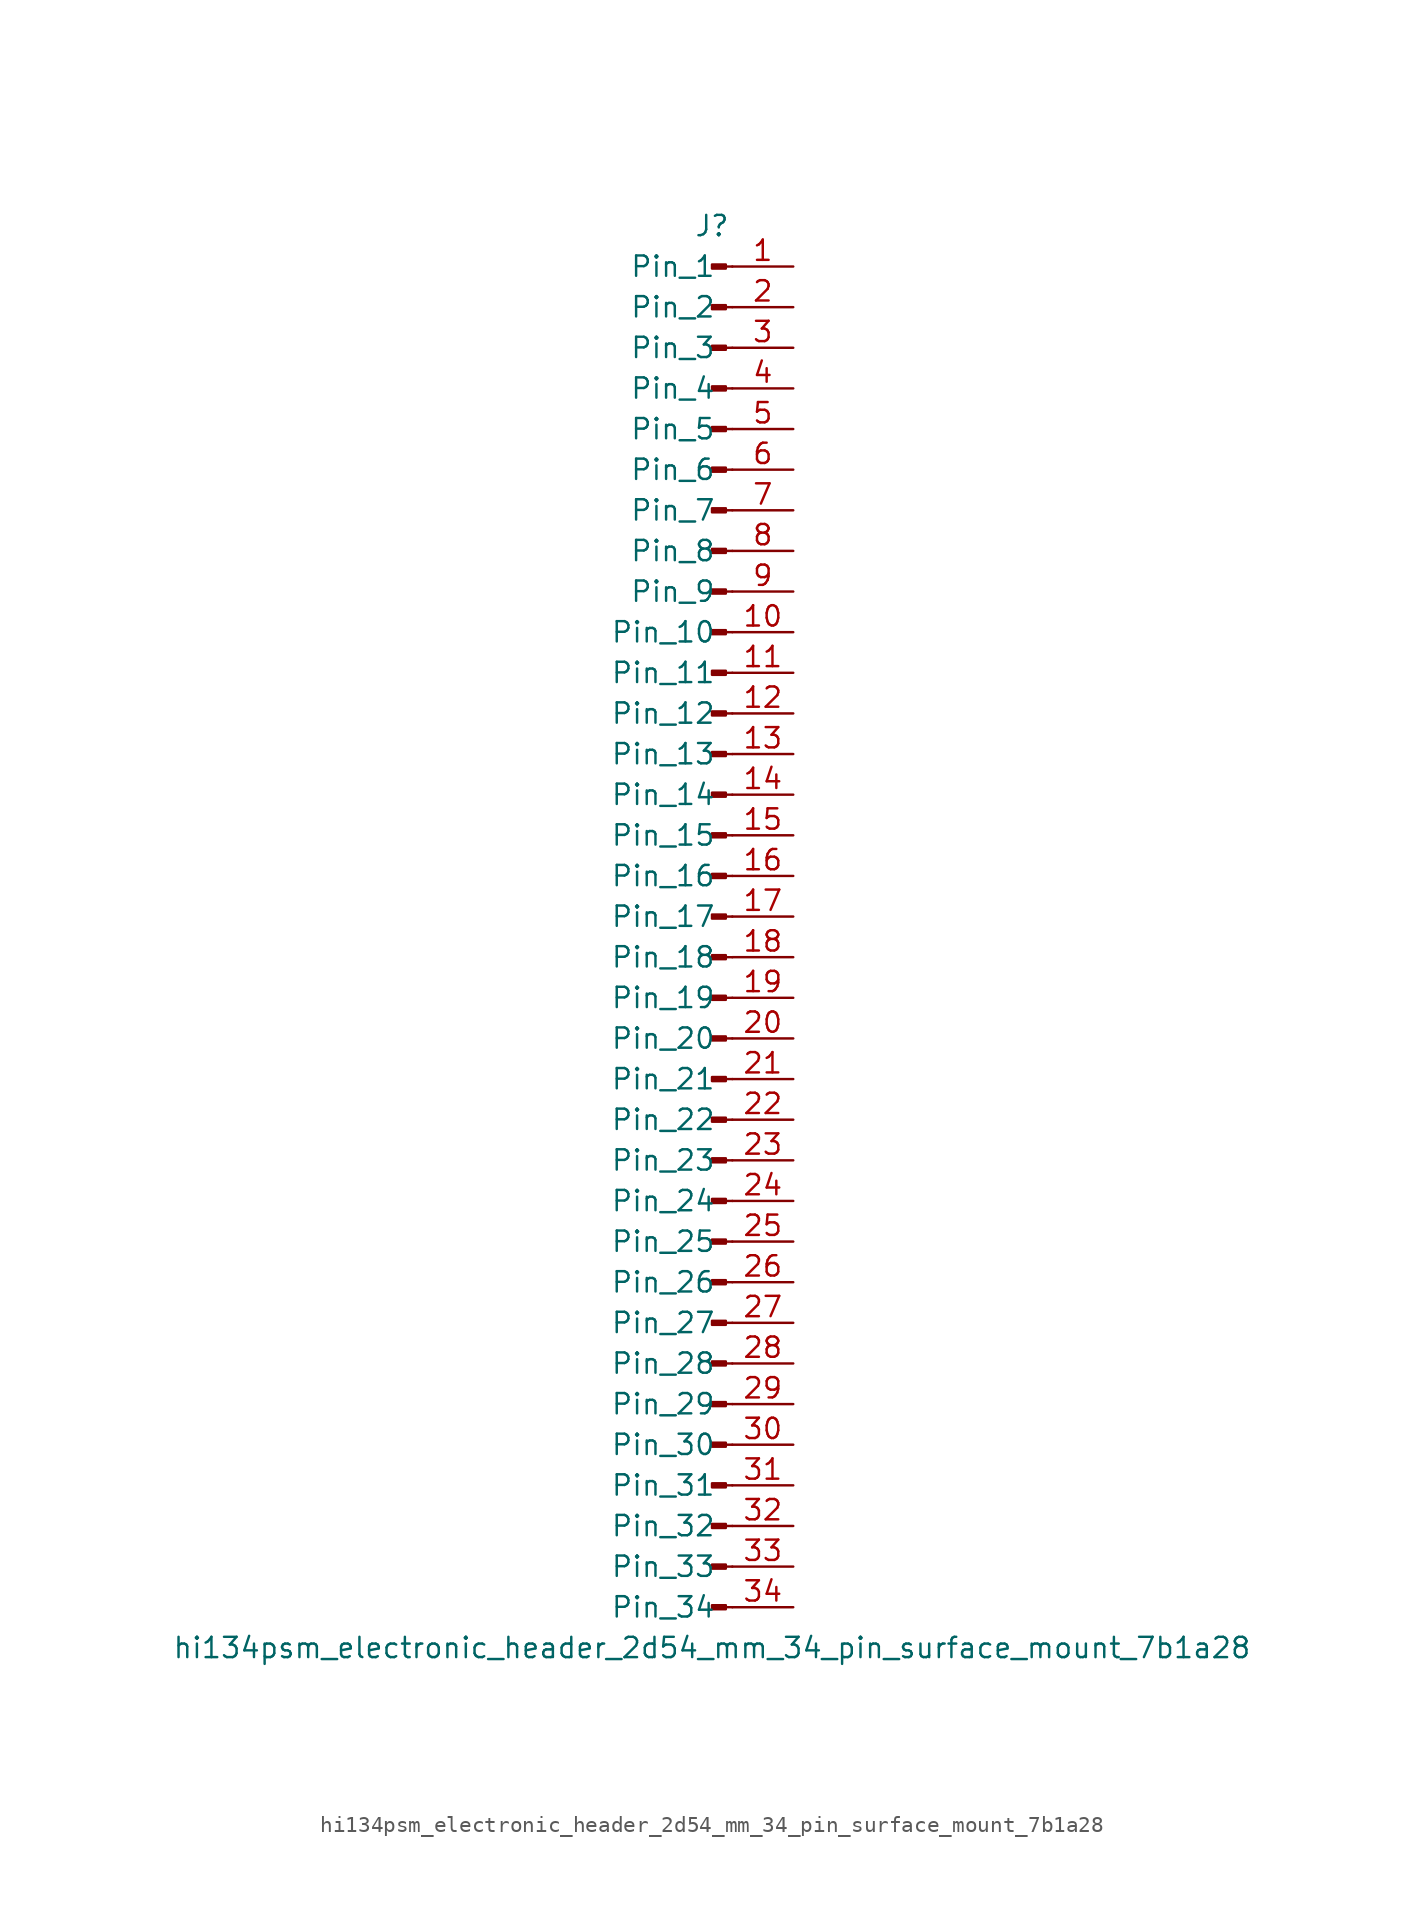
<source format=kicad_sym>
(kicad_symbol_lib
  (version 20220914)
  (generator kicad_symbol_editor)
  (symbol "hi134psm_electronic_header_2d54_mm_34_pin_surface_mount_7b1a28"
    (pin_names
      (offset 1.016))
    (property "Reference" "J"
      (at 0 43.18 0)
      (effects (font (size 1.27 1.27))))
    (property "Value" "hi134psm_electronic_header_2d54_mm_34_pin_surface_mount_7b1a28"
      (at 0 -45.72 0)
      (effects (font (size 1.27 1.27))))
    (property "ki_locked" ""
      (at 0 0 0)
      (effects (font (size 1.27 1.27))))
    (symbol "hi134psm_electronic_header_2d54_mm_34_pin_surface_mount_7b1a28_1_1"
      (polyline (pts (xy 1.27 -43.18) (xy 0.864 -43.18)) (stroke (width 0.152) (type default)) (fill (type none)))
      (polyline (pts (xy 1.27 -40.64) (xy 0.864 -40.64)) (stroke (width 0.152) (type default)) (fill (type none)))
      (polyline (pts (xy 1.27 -38.1) (xy 0.864 -38.1)) (stroke (width 0.152) (type default)) (fill (type none)))
      (polyline (pts (xy 1.27 -35.56) (xy 0.864 -35.56)) (stroke (width 0.152) (type default)) (fill (type none)))
      (polyline (pts (xy 1.27 -33.02) (xy 0.864 -33.02)) (stroke (width 0.152) (type default)) (fill (type none)))
      (polyline (pts (xy 1.27 -30.48) (xy 0.864 -30.48)) (stroke (width 0.152) (type default)) (fill (type none)))
      (polyline (pts (xy 1.27 -27.94) (xy 0.864 -27.94)) (stroke (width 0.152) (type default)) (fill (type none)))
      (polyline (pts (xy 1.27 -25.4) (xy 0.864 -25.4)) (stroke (width 0.152) (type default)) (fill (type none)))
      (polyline (pts (xy 1.27 -22.86) (xy 0.864 -22.86)) (stroke (width 0.152) (type default)) (fill (type none)))
      (polyline (pts (xy 1.27 -20.32) (xy 0.864 -20.32)) (stroke (width 0.152) (type default)) (fill (type none)))
      (polyline (pts (xy 1.27 -17.78) (xy 0.864 -17.78)) (stroke (width 0.152) (type default)) (fill (type none)))
      (polyline (pts (xy 1.27 -15.24) (xy 0.864 -15.24)) (stroke (width 0.152) (type default)) (fill (type none)))
      (polyline (pts (xy 1.27 -12.7) (xy 0.864 -12.7)) (stroke (width 0.152) (type default)) (fill (type none)))
      (polyline (pts (xy 1.27 -10.16) (xy 0.864 -10.16)) (stroke (width 0.152) (type default)) (fill (type none)))
      (polyline (pts (xy 1.27 -7.62) (xy 0.864 -7.62)) (stroke (width 0.152) (type default)) (fill (type none)))
      (polyline (pts (xy 1.27 -5.08) (xy 0.864 -5.08)) (stroke (width 0.152) (type default)) (fill (type none)))
      (polyline (pts (xy 1.27 -2.54) (xy 0.864 -2.54)) (stroke (width 0.152) (type default)) (fill (type none)))
      (polyline (pts (xy 1.27 0) (xy 0.864 0)) (stroke (width 0.152) (type default)) (fill (type none)))
      (polyline (pts (xy 1.27 2.54) (xy 0.864 2.54)) (stroke (width 0.152) (type default)) (fill (type none)))
      (polyline (pts (xy 1.27 5.08) (xy 0.864 5.08)) (stroke (width 0.152) (type default)) (fill (type none)))
      (polyline (pts (xy 1.27 7.62) (xy 0.864 7.62)) (stroke (width 0.152) (type default)) (fill (type none)))
      (polyline (pts (xy 1.27 10.16) (xy 0.864 10.16)) (stroke (width 0.152) (type default)) (fill (type none)))
      (polyline (pts (xy 1.27 12.7) (xy 0.864 12.7)) (stroke (width 0.152) (type default)) (fill (type none)))
      (polyline (pts (xy 1.27 15.24) (xy 0.864 15.24)) (stroke (width 0.152) (type default)) (fill (type none)))
      (polyline (pts (xy 1.27 17.78) (xy 0.864 17.78)) (stroke (width 0.152) (type default)) (fill (type none)))
      (polyline (pts (xy 1.27 20.32) (xy 0.864 20.32)) (stroke (width 0.152) (type default)) (fill (type none)))
      (polyline (pts (xy 1.27 22.86) (xy 0.864 22.86)) (stroke (width 0.152) (type default)) (fill (type none)))
      (polyline (pts (xy 1.27 25.4) (xy 0.864 25.4)) (stroke (width 0.152) (type default)) (fill (type none)))
      (polyline (pts (xy 1.27 27.94) (xy 0.864 27.94)) (stroke (width 0.152) (type default)) (fill (type none)))
      (polyline (pts (xy 1.27 30.48) (xy 0.864 30.48)) (stroke (width 0.152) (type default)) (fill (type none)))
      (polyline (pts (xy 1.27 33.02) (xy 0.864 33.02)) (stroke (width 0.152) (type default)) (fill (type none)))
      (polyline (pts (xy 1.27 35.56) (xy 0.864 35.56)) (stroke (width 0.152) (type default)) (fill (type none)))
      (polyline (pts (xy 1.27 38.1) (xy 0.864 38.1)) (stroke (width 0.152) (type default)) (fill (type none)))
      (polyline (pts (xy 1.27 40.64) (xy 0.864 40.64)) (stroke (width 0.152) (type default)) (fill (type none)))
      (rectangle (start 0.864 -43.053) (end 0 -43.307) (stroke (width 0.152) (type default)) (fill (type outline)))
      (rectangle (start 0.864 -40.513) (end 0 -40.767) (stroke (width 0.152) (type default)) (fill (type outline)))
      (rectangle (start 0.864 -37.973) (end 0 -38.227) (stroke (width 0.152) (type default)) (fill (type outline)))
      (rectangle (start 0.864 -35.433) (end 0 -35.687) (stroke (width 0.152) (type default)) (fill (type outline)))
      (rectangle (start 0.864 -32.893) (end 0 -33.147) (stroke (width 0.152) (type default)) (fill (type outline)))
      (rectangle (start 0.864 -30.353) (end 0 -30.607) (stroke (width 0.152) (type default)) (fill (type outline)))
      (rectangle (start 0.864 -27.813) (end 0 -28.067) (stroke (width 0.152) (type default)) (fill (type outline)))
      (rectangle (start 0.864 -25.273) (end 0 -25.527) (stroke (width 0.152) (type default)) (fill (type outline)))
      (rectangle (start 0.864 -22.733) (end 0 -22.987) (stroke (width 0.152) (type default)) (fill (type outline)))
      (rectangle (start 0.864 -20.193) (end 0 -20.447) (stroke (width 0.152) (type default)) (fill (type outline)))
      (rectangle (start 0.864 -17.653) (end 0 -17.907) (stroke (width 0.152) (type default)) (fill (type outline)))
      (rectangle (start 0.864 -15.113) (end 0 -15.367) (stroke (width 0.152) (type default)) (fill (type outline)))
      (rectangle (start 0.864 -12.573) (end 0 -12.827) (stroke (width 0.152) (type default)) (fill (type outline)))
      (rectangle (start 0.864 -10.033) (end 0 -10.287) (stroke (width 0.152) (type default)) (fill (type outline)))
      (rectangle (start 0.864 -7.493) (end 0 -7.747) (stroke (width 0.152) (type default)) (fill (type outline)))
      (rectangle (start 0.864 -4.953) (end 0 -5.207) (stroke (width 0.152) (type default)) (fill (type outline)))
      (rectangle (start 0.864 -2.413) (end 0 -2.667) (stroke (width 0.152) (type default)) (fill (type outline)))
      (rectangle (start 0.864 0.127) (end 0 -0.127) (stroke (width 0.152) (type default)) (fill (type outline)))
      (rectangle (start 0.864 2.667) (end 0 2.413) (stroke (width 0.152) (type default)) (fill (type outline)))
      (rectangle (start 0.864 5.207) (end 0 4.953) (stroke (width 0.152) (type default)) (fill (type outline)))
      (rectangle (start 0.864 7.747) (end 0 7.493) (stroke (width 0.152) (type default)) (fill (type outline)))
      (rectangle (start 0.864 10.287) (end 0 10.033) (stroke (width 0.152) (type default)) (fill (type outline)))
      (rectangle (start 0.864 12.827) (end 0 12.573) (stroke (width 0.152) (type default)) (fill (type outline)))
      (rectangle (start 0.864 15.367) (end 0 15.113) (stroke (width 0.152) (type default)) (fill (type outline)))
      (rectangle (start 0.864 17.907) (end 0 17.653) (stroke (width 0.152) (type default)) (fill (type outline)))
      (rectangle (start 0.864 20.447) (end 0 20.193) (stroke (width 0.152) (type default)) (fill (type outline)))
      (rectangle (start 0.864 22.987) (end 0 22.733) (stroke (width 0.152) (type default)) (fill (type outline)))
      (rectangle (start 0.864 25.527) (end 0 25.273) (stroke (width 0.152) (type default)) (fill (type outline)))
      (rectangle (start 0.864 28.067) (end 0 27.813) (stroke (width 0.152) (type default)) (fill (type outline)))
      (rectangle (start 0.864 30.607) (end 0 30.353) (stroke (width 0.152) (type default)) (fill (type outline)))
      (rectangle (start 0.864 33.147) (end 0 32.893) (stroke (width 0.152) (type default)) (fill (type outline)))
      (rectangle (start 0.864 35.687) (end 0 35.433) (stroke (width 0.152) (type default)) (fill (type outline)))
      (rectangle (start 0.864 38.227) (end 0 37.973) (stroke (width 0.152) (type default)) (fill (type outline)))
      (rectangle (start 0.864 40.767) (end 0 40.513) (stroke (width 0.152) (type default)) (fill (type outline)))
      (pin passive line (at 5.08 40.64 180) (length 3.81) (name "Pin_1" (effects (font (size 1.27 1.27)))) (number "1" (effects (font (size 1.27 1.27)))))
      (pin passive line (at 5.08 17.78 180) (length 3.81) (name "Pin_10" (effects (font (size 1.27 1.27)))) (number "10" (effects (font (size 1.27 1.27)))))
      (pin passive line (at 5.08 15.24 180) (length 3.81) (name "Pin_11" (effects (font (size 1.27 1.27)))) (number "11" (effects (font (size 1.27 1.27)))))
      (pin passive line (at 5.08 12.7 180) (length 3.81) (name "Pin_12" (effects (font (size 1.27 1.27)))) (number "12" (effects (font (size 1.27 1.27)))))
      (pin passive line (at 5.08 10.16 180) (length 3.81) (name "Pin_13" (effects (font (size 1.27 1.27)))) (number "13" (effects (font (size 1.27 1.27)))))
      (pin passive line (at 5.08 7.62 180) (length 3.81) (name "Pin_14" (effects (font (size 1.27 1.27)))) (number "14" (effects (font (size 1.27 1.27)))))
      (pin passive line (at 5.08 5.08 180) (length 3.81) (name "Pin_15" (effects (font (size 1.27 1.27)))) (number "15" (effects (font (size 1.27 1.27)))))
      (pin passive line (at 5.08 2.54 180) (length 3.81) (name "Pin_16" (effects (font (size 1.27 1.27)))) (number "16" (effects (font (size 1.27 1.27)))))
      (pin passive line (at 5.08 0 180) (length 3.81) (name "Pin_17" (effects (font (size 1.27 1.27)))) (number "17" (effects (font (size 1.27 1.27)))))
      (pin passive line (at 5.08 -2.54 180) (length 3.81) (name "Pin_18" (effects (font (size 1.27 1.27)))) (number "18" (effects (font (size 1.27 1.27)))))
      (pin passive line (at 5.08 -5.08 180) (length 3.81) (name "Pin_19" (effects (font (size 1.27 1.27)))) (number "19" (effects (font (size 1.27 1.27)))))
      (pin passive line (at 5.08 38.1 180) (length 3.81) (name "Pin_2" (effects (font (size 1.27 1.27)))) (number "2" (effects (font (size 1.27 1.27)))))
      (pin passive line (at 5.08 -7.62 180) (length 3.81) (name "Pin_20" (effects (font (size 1.27 1.27)))) (number "20" (effects (font (size 1.27 1.27)))))
      (pin passive line (at 5.08 -10.16 180) (length 3.81) (name "Pin_21" (effects (font (size 1.27 1.27)))) (number "21" (effects (font (size 1.27 1.27)))))
      (pin passive line (at 5.08 -12.7 180) (length 3.81) (name "Pin_22" (effects (font (size 1.27 1.27)))) (number "22" (effects (font (size 1.27 1.27)))))
      (pin passive line (at 5.08 -15.24 180) (length 3.81) (name "Pin_23" (effects (font (size 1.27 1.27)))) (number "23" (effects (font (size 1.27 1.27)))))
      (pin passive line (at 5.08 -17.78 180) (length 3.81) (name "Pin_24" (effects (font (size 1.27 1.27)))) (number "24" (effects (font (size 1.27 1.27)))))
      (pin passive line (at 5.08 -20.32 180) (length 3.81) (name "Pin_25" (effects (font (size 1.27 1.27)))) (number "25" (effects (font (size 1.27 1.27)))))
      (pin passive line (at 5.08 -22.86 180) (length 3.81) (name "Pin_26" (effects (font (size 1.27 1.27)))) (number "26" (effects (font (size 1.27 1.27)))))
      (pin passive line (at 5.08 -25.4 180) (length 3.81) (name "Pin_27" (effects (font (size 1.27 1.27)))) (number "27" (effects (font (size 1.27 1.27)))))
      (pin passive line (at 5.08 -27.94 180) (length 3.81) (name "Pin_28" (effects (font (size 1.27 1.27)))) (number "28" (effects (font (size 1.27 1.27)))))
      (pin passive line (at 5.08 -30.48 180) (length 3.81) (name "Pin_29" (effects (font (size 1.27 1.27)))) (number "29" (effects (font (size 1.27 1.27)))))
      (pin passive line (at 5.08 35.56 180) (length 3.81) (name "Pin_3" (effects (font (size 1.27 1.27)))) (number "3" (effects (font (size 1.27 1.27)))))
      (pin passive line (at 5.08 -33.02 180) (length 3.81) (name "Pin_30" (effects (font (size 1.27 1.27)))) (number "30" (effects (font (size 1.27 1.27)))))
      (pin passive line (at 5.08 -35.56 180) (length 3.81) (name "Pin_31" (effects (font (size 1.27 1.27)))) (number "31" (effects (font (size 1.27 1.27)))))
      (pin passive line (at 5.08 -38.1 180) (length 3.81) (name "Pin_32" (effects (font (size 1.27 1.27)))) (number "32" (effects (font (size 1.27 1.27)))))
      (pin passive line (at 5.08 -40.64 180) (length 3.81) (name "Pin_33" (effects (font (size 1.27 1.27)))) (number "33" (effects (font (size 1.27 1.27)))))
      (pin passive line (at 5.08 -43.18 180) (length 3.81) (name "Pin_34" (effects (font (size 1.27 1.27)))) (number "34" (effects (font (size 1.27 1.27)))))
      (pin passive line (at 5.08 33.02 180) (length 3.81) (name "Pin_4" (effects (font (size 1.27 1.27)))) (number "4" (effects (font (size 1.27 1.27)))))
      (pin passive line (at 5.08 30.48 180) (length 3.81) (name "Pin_5" (effects (font (size 1.27 1.27)))) (number "5" (effects (font (size 1.27 1.27)))))
      (pin passive line (at 5.08 27.94 180) (length 3.81) (name "Pin_6" (effects (font (size 1.27 1.27)))) (number "6" (effects (font (size 1.27 1.27)))))
      (pin passive line (at 5.08 25.4 180) (length 3.81) (name "Pin_7" (effects (font (size 1.27 1.27)))) (number "7" (effects (font (size 1.27 1.27)))))
      (pin passive line (at 5.08 22.86 180) (length 3.81) (name "Pin_8" (effects (font (size 1.27 1.27)))) (number "8" (effects (font (size 1.27 1.27)))))
      (pin passive line (at 5.08 20.32 180) (length 3.81) (name "Pin_9" (effects (font (size 1.27 1.27)))) (number "9" (effects (font (size 1.27 1.27))))))))
</source>
